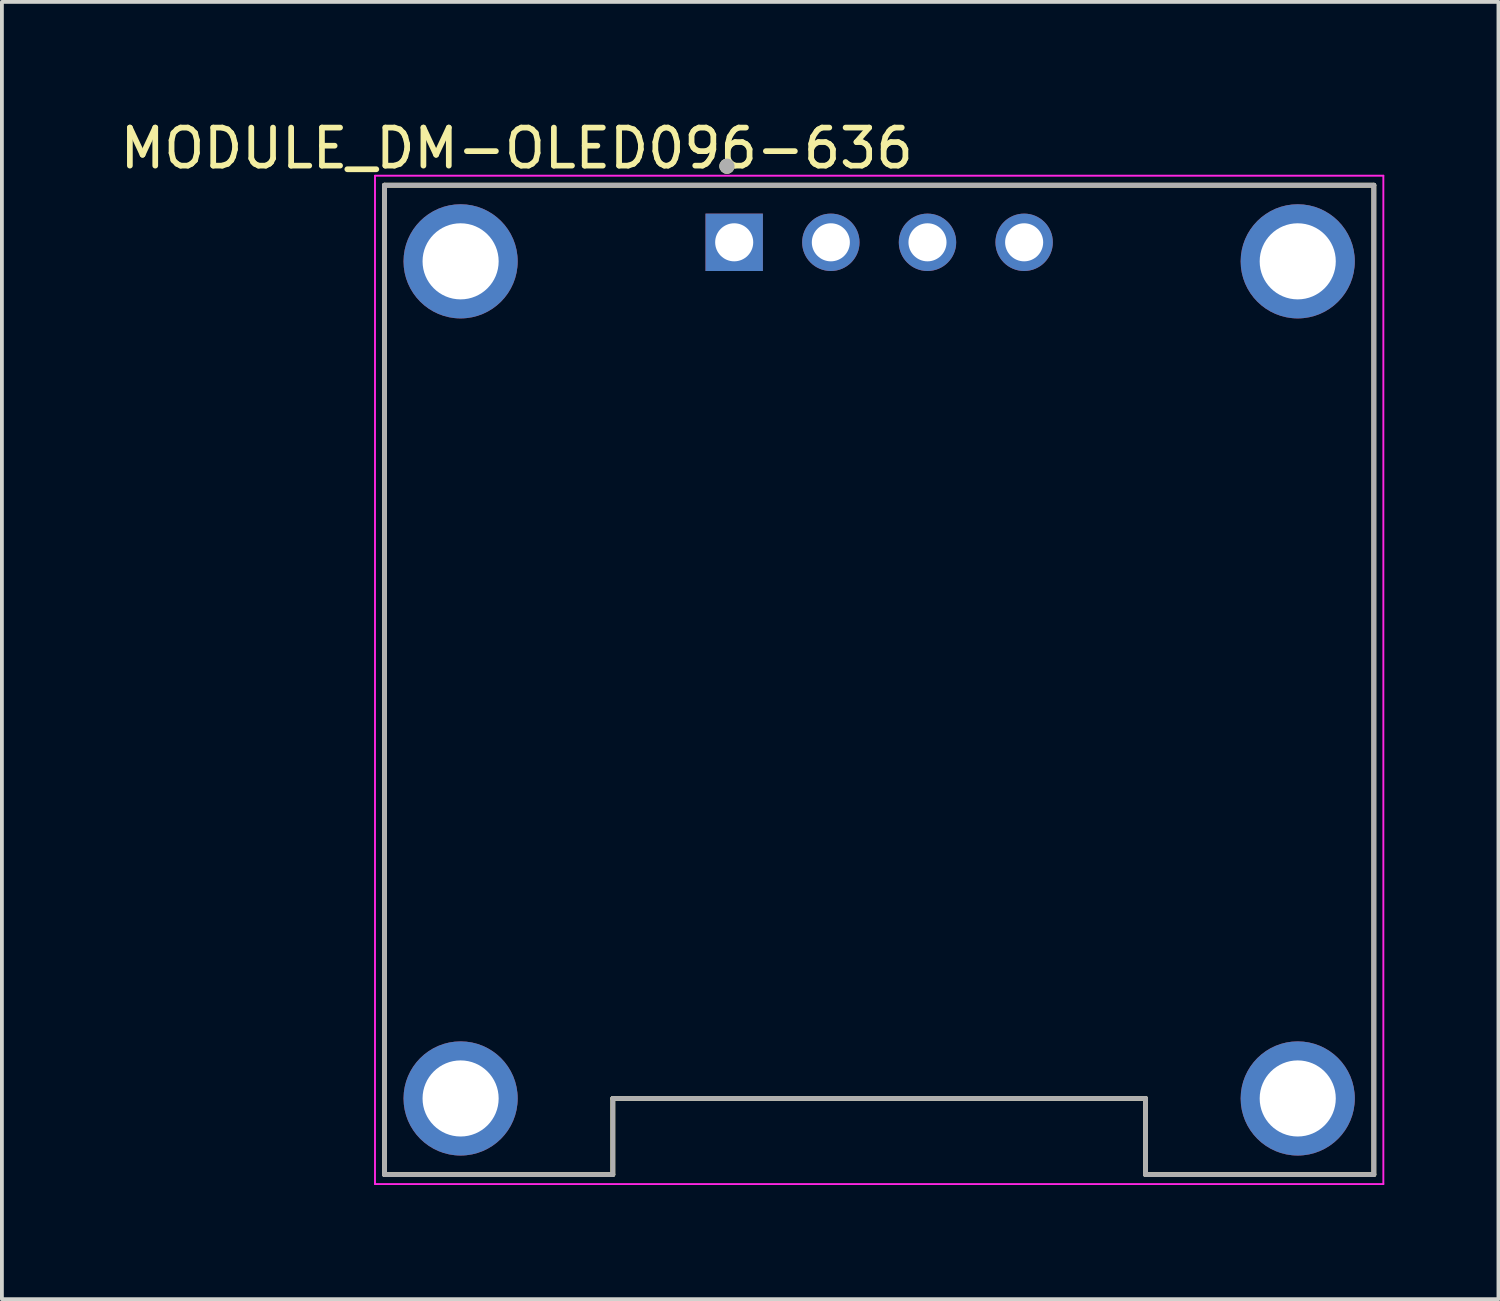
<source format=kicad_pcb>
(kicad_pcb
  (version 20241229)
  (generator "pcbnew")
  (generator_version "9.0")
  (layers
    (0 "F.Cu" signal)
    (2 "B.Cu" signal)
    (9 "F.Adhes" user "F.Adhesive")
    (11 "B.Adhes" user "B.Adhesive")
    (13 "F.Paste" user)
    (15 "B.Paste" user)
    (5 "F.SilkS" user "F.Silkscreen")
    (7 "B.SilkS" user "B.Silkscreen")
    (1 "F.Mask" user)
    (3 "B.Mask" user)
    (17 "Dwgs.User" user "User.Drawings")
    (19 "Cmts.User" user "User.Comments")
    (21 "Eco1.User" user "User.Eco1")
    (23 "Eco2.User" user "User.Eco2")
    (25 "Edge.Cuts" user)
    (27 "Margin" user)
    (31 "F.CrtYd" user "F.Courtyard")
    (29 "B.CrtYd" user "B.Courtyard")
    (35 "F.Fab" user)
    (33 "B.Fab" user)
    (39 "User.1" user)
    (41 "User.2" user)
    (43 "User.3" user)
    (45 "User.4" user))
  (footprint "MODULE_DM-OLED096-636"
    (layer "F.Cu")
    (at 20.055 14.818)
    (property "Reference" "MODULE_DM-OLED096-636" (at -9.525 -13.97 0) (layer "F.SilkS") (effects (font (size 1 1) (thickness 0.15))))
    (attr through_hole)
    (fp_line (start -13 -13) (end 13 -13) (stroke (width 0.127) (type solid)) (layer "F.SilkS"))
    (fp_line (start -13 13) (end -13 -13) (stroke (width 0.127) (type solid)) (layer "F.SilkS"))
    (fp_line (start -7 11) (end -7 13) (stroke (width 0.127) (type solid)) (layer "F.SilkS"))
    (fp_line (start -7 13) (end -13 13) (stroke (width 0.127) (type solid)) (layer "F.SilkS"))
    (fp_line (start 7 11) (end -7 11) (stroke (width 0.127) (type solid)) (layer "F.SilkS"))
    (fp_line (start 7 13) (end 7 11) (stroke (width 0.127) (type solid)) (layer "F.SilkS"))
    (fp_line (start 13 -13) (end 13 13) (stroke (width 0.127) (type solid)) (layer "F.SilkS"))
    (fp_line (start 13 13) (end 7 13) (stroke (width 0.127) (type solid)) (layer "F.SilkS"))
    (fp_circle (center -4 -13.5) (end -3.9 -13.5) (stroke (width 0.2) (type solid)) (fill no) (layer "F.SilkS"))
    (fp_line (start -13.25 -13.25) (end 13.25 -13.25) (stroke (width 0.05) (type solid)) (layer "F.CrtYd"))
    (fp_line (start -13.25 13.25) (end -13.25 -13.25) (stroke (width 0.05) (type solid)) (layer "F.CrtYd"))
    (fp_line (start 13.25 -13.25) (end 13.25 13.25) (stroke (width 0.05) (type solid)) (layer "F.CrtYd"))
    (fp_line (start 13.25 13.25) (end -13.25 13.25) (stroke (width 0.05) (type solid)) (layer "F.CrtYd"))
    (fp_line (start -13 -13) (end 13 -13) (stroke (width 0.127) (type solid)) (layer "F.Fab"))
    (fp_line (start -13 13) (end -13 -13) (stroke (width 0.127) (type solid)) (layer "F.Fab"))
    (fp_line (start -7 11) (end 7 11) (stroke (width 0.127) (type solid)) (layer "F.Fab"))
    (fp_line (start -7 13) (end -13 13) (stroke (width 0.127) (type solid)) (layer "F.Fab"))
    (fp_line (start -7 13) (end -7 11) (stroke (width 0.127) (type solid)) (layer "F.Fab"))
    (fp_line (start 7 11) (end 7 13) (stroke (width 0.127) (type solid)) (layer "F.Fab"))
    (fp_line (start 13 -13) (end 13 13) (stroke (width 0.127) (type solid)) (layer "F.Fab"))
    (fp_line (start 13 13) (end 7 13) (stroke (width 0.127) (type solid)) (layer "F.Fab"))
    (fp_circle (center -4 -13.5) (end -3.9 -13.5) (stroke (width 0.2) (type solid)) (fill no) (layer "F.Fab"))
    (pad "1" thru_hole rect (at -3.81 -11.5) (size 1.508 1.508) (drill 1) (layers "*.Cu" "*.Mask"))
    (pad "2" thru_hole circle (at -1.27 -11.5) (size 1.508 1.508) (drill 1) (layers "*.Cu" "*.Mask"))
    (pad "3" thru_hole circle (at 1.27 -11.5) (size 1.508 1.508) (drill 1) (layers "*.Cu" "*.Mask"))
    (pad "4" thru_hole circle (at 3.81 -11.5) (size 1.508 1.508) (drill 1) (layers "*.Cu" "*.Mask"))
    (pad "S1" thru_hole circle (at -11 -11) (size 3 3) (drill 2) (layers "*.Cu" "*.Mask"))
    (pad "S2" thru_hole circle (at 11 -11) (size 3 3) (drill 2) (layers "*.Cu" "*.Mask"))
    (pad "S3" thru_hole circle (at 11 11) (size 3 3) (drill 2) (layers "*.Cu" "*.Mask"))
    (pad "S4" thru_hole circle (at -11 11) (size 3 3) (drill 2) (layers "*.Cu" "*.Mask")))
  (gr_rect
    (start -3 -3)
    (end 36.33 31.093)
    (stroke (width 0.1) (type default))
    (fill no)
    (layer "Edge.Cuts")))
</source>
